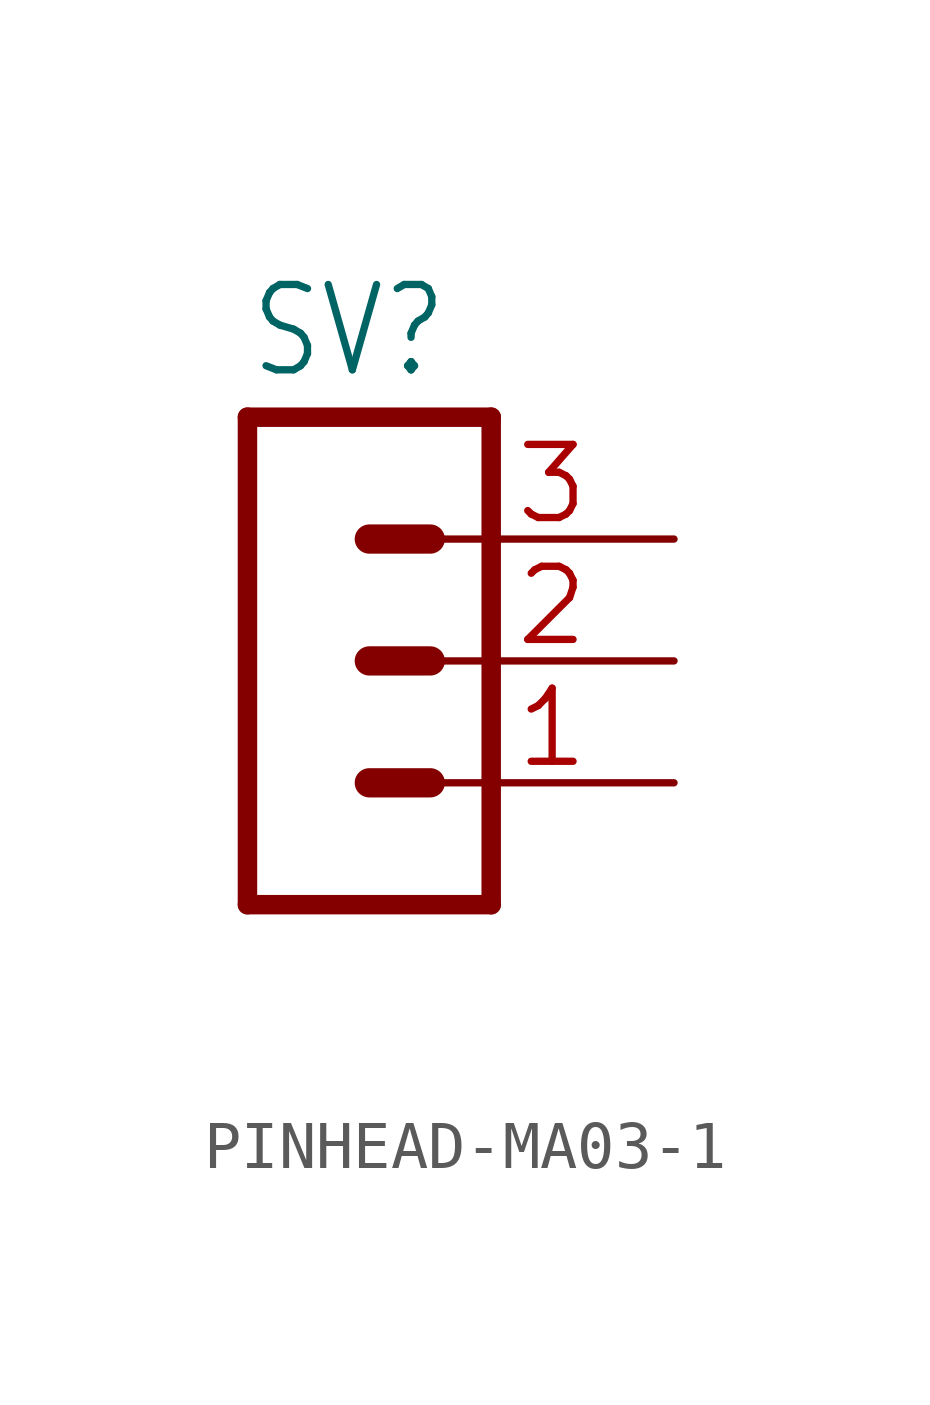
<source format=kicad_sym>
(kicad_symbol_lib
  (version 20241209)
  (generator "kicad_symbol_editor")
  (generator_version "9.0")
  (symbol "PINHEAD-MA03-1"
    (property "Reference" "SV"
      (at -1.27 8.382 0)
      (effects (font (size 1.778 1.511)) (justify left bottom)))
    (property "Value" ""
      (at -1.27 -5.08 0)
      (effects (font (size 1.778 1.511)) (justify left bottom)))
    (property "ki_locked" ""
      (at 0 0 0)
      (effects (font (size 1.27 1.27))))
    (symbol "PINHEAD-MA03-1_1_0"
      (polyline (pts (xy -1.27 7.62) (xy -1.27 -2.54)) (stroke (width 0.406) (type solid)) (fill (type none)))
      (polyline (pts (xy -1.27 7.62) (xy 3.81 7.62)) (stroke (width 0.406) (type solid)) (fill (type none)))
      (polyline (pts (xy 1.27 5.08) (xy 2.54 5.08)) (stroke (width 0.61) (type solid)) (fill (type none)))
      (polyline (pts (xy 1.27 2.54) (xy 2.54 2.54)) (stroke (width 0.61) (type solid)) (fill (type none)))
      (polyline (pts (xy 1.27 0) (xy 2.54 0)) (stroke (width 0.61) (type solid)) (fill (type none)))
      (polyline (pts (xy 3.81 -2.54) (xy -1.27 -2.54)) (stroke (width 0.406) (type solid)) (fill (type none)))
      (polyline (pts (xy 3.81 -2.54) (xy 3.81 7.62)) (stroke (width 0.406) (type solid)) (fill (type none)))
      (pin passive line (at 7.62 5.08 180) (length 5.08) (name "3" (effects (font (size 0 0)))) (number "3" (effects (font (size 1.524 1.524)))))
      (pin passive line (at 7.62 2.54 180) (length 5.08) (name "2" (effects (font (size 0 0)))) (number "2" (effects (font (size 1.524 1.524)))))
      (pin passive line (at 7.62 0 180) (length 5.08) (name "1" (effects (font (size 0 0)))) (number "1" (effects (font (size 1.524 1.524))))))))
</source>
